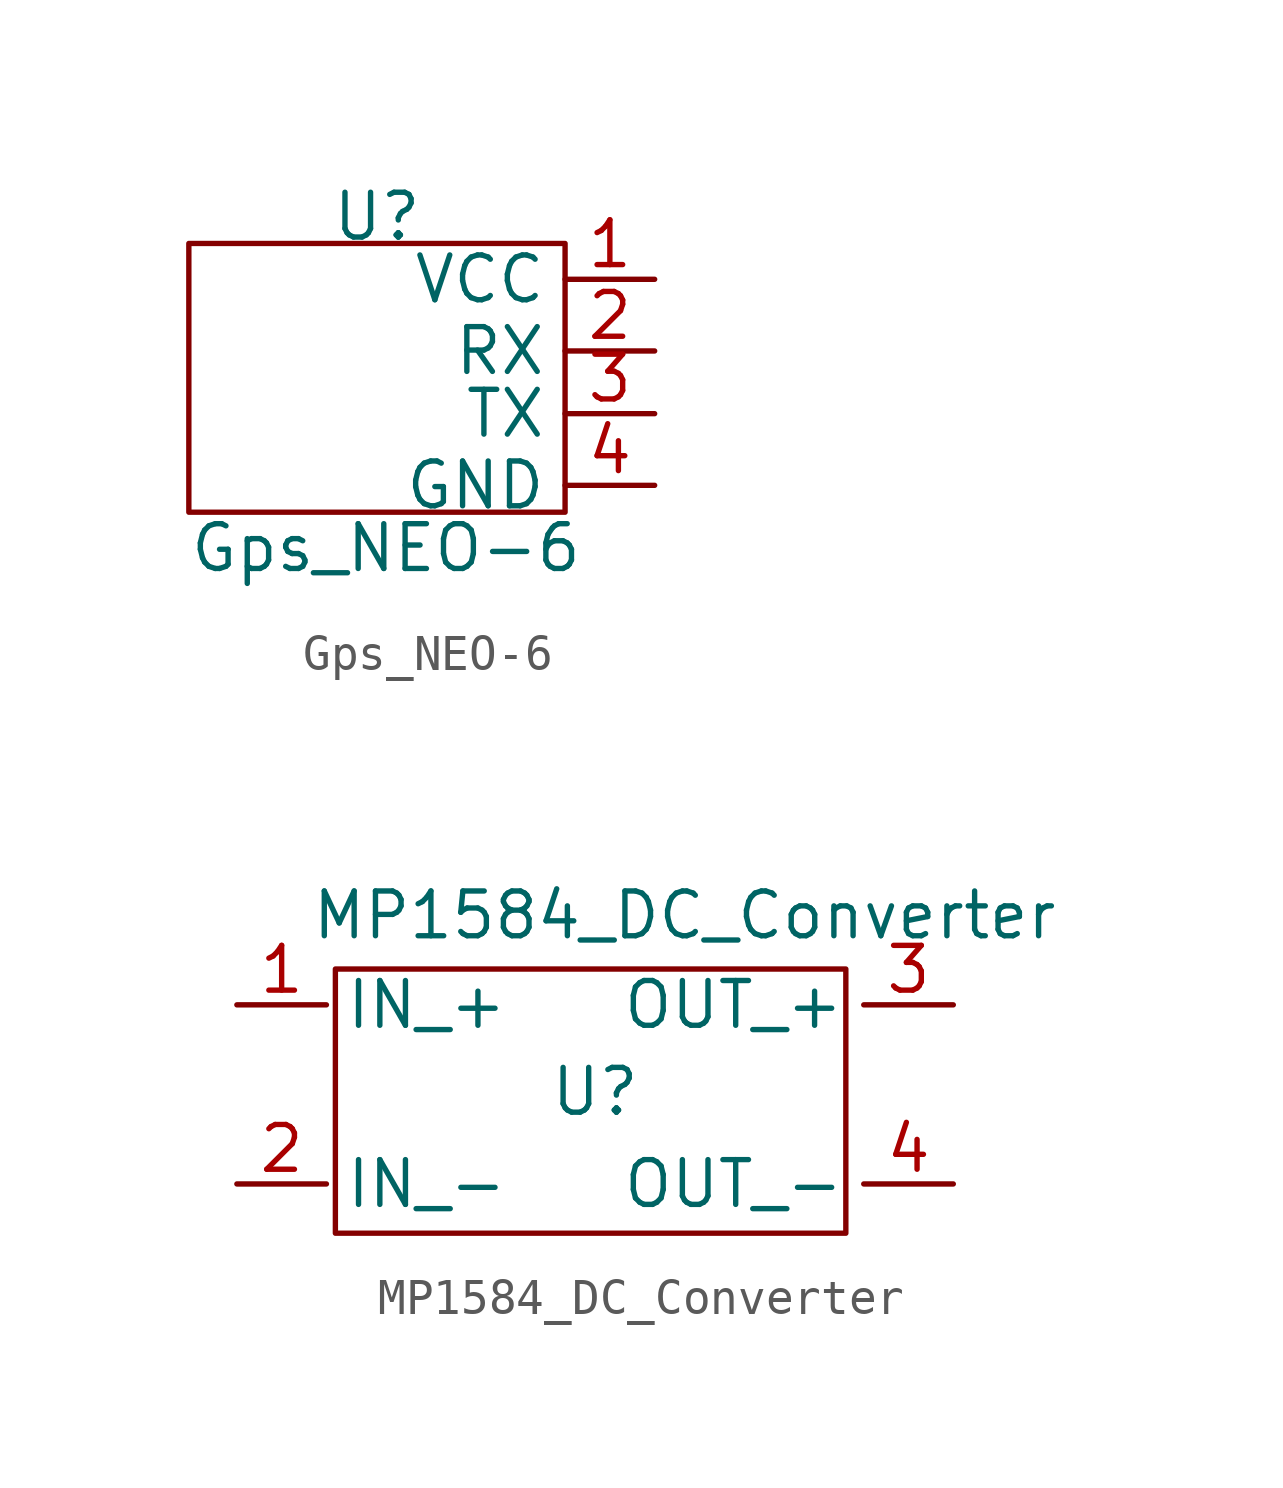
<source format=kicad_sym>
(kicad_symbol_lib
  (version 20211014)
  (generator kicad_symbol_editor)
  (symbol "Gps_NEO-6"
    (property "Reference" "U"
      (at 0 3.556 0)
      (effects (font (size 1.27 1.27))))
    (property "Value" "Gps_NEO-6"
      (at 0.254 -5.842 0)
      (effects (font (size 1.27 1.27))))
    (symbol "Gps_NEO-6_0_1"
      (rectangle (start -5.334 2.794) (end 5.334 -4.826) (stroke (width 0) (type default) (color 0 0 0 0)) (fill (type none))))
    (symbol "Gps_NEO-6_1_1"
      (pin power_in line (at 7.874 1.778 180) (length 2.54) (name "VCC" (effects (font (size 1.27 1.27)))) (number "1" (effects (font (size 1.27 1.27)))))
      (pin bidirectional line (at 7.874 -0.254 180) (length 2.54) (name "RX" (effects (font (size 1.27 1.27)))) (number "2" (effects (font (size 1.27 1.27)))))
      (pin bidirectional line (at 7.874 -2.032 180) (length 2.54) (name "TX" (effects (font (size 1.27 1.27)))) (number "3" (effects (font (size 1.27 1.27)))))
      (pin power_in line (at 7.874 -4.064 180) (length 2.54) (name "GND" (effects (font (size 1.27 1.27)))) (number "4" (effects (font (size 1.27 1.27)))))))
  (symbol "MP1584_DC_Converter"
    (property "Reference" "U"
      (at 0 0.076 0)
      (effects (font (size 1.27 1.27))))
    (property "Value" "MP1584_DC_Converter"
      (at 2.54 5.08 0)
      (effects (font (size 1.27 1.27))))
    (symbol "MP1584_DC_Converter_0_1"
      (rectangle (start -7.366 3.556) (end 7.112 -3.937) (stroke (width 0) (type default) (color 0 0 0 0)) (fill (type none))))
    (symbol "MP1584_DC_Converter_1_1"
      (pin power_in line (at -10.16 2.54 0) (length 2.54) (name "IN_+" (effects (font (size 1.27 1.27)))) (number "1" (effects (font (size 1.27 1.27)))))
      (pin power_in line (at -10.16 -2.54 0) (length 2.54) (name "IN_-" (effects (font (size 1.27 1.27)))) (number "2" (effects (font (size 1.27 1.27)))))
      (pin power_in line (at 10.16 2.54 180) (length 2.54) (name "OUT_+" (effects (font (size 1.27 1.27)))) (number "3" (effects (font (size 1.27 1.27)))))
      (pin power_in line (at 10.16 -2.54 180) (length 2.54) (name "OUT_-" (effects (font (size 1.27 1.27)))) (number "4" (effects (font (size 1.27 1.27))))))))
</source>
